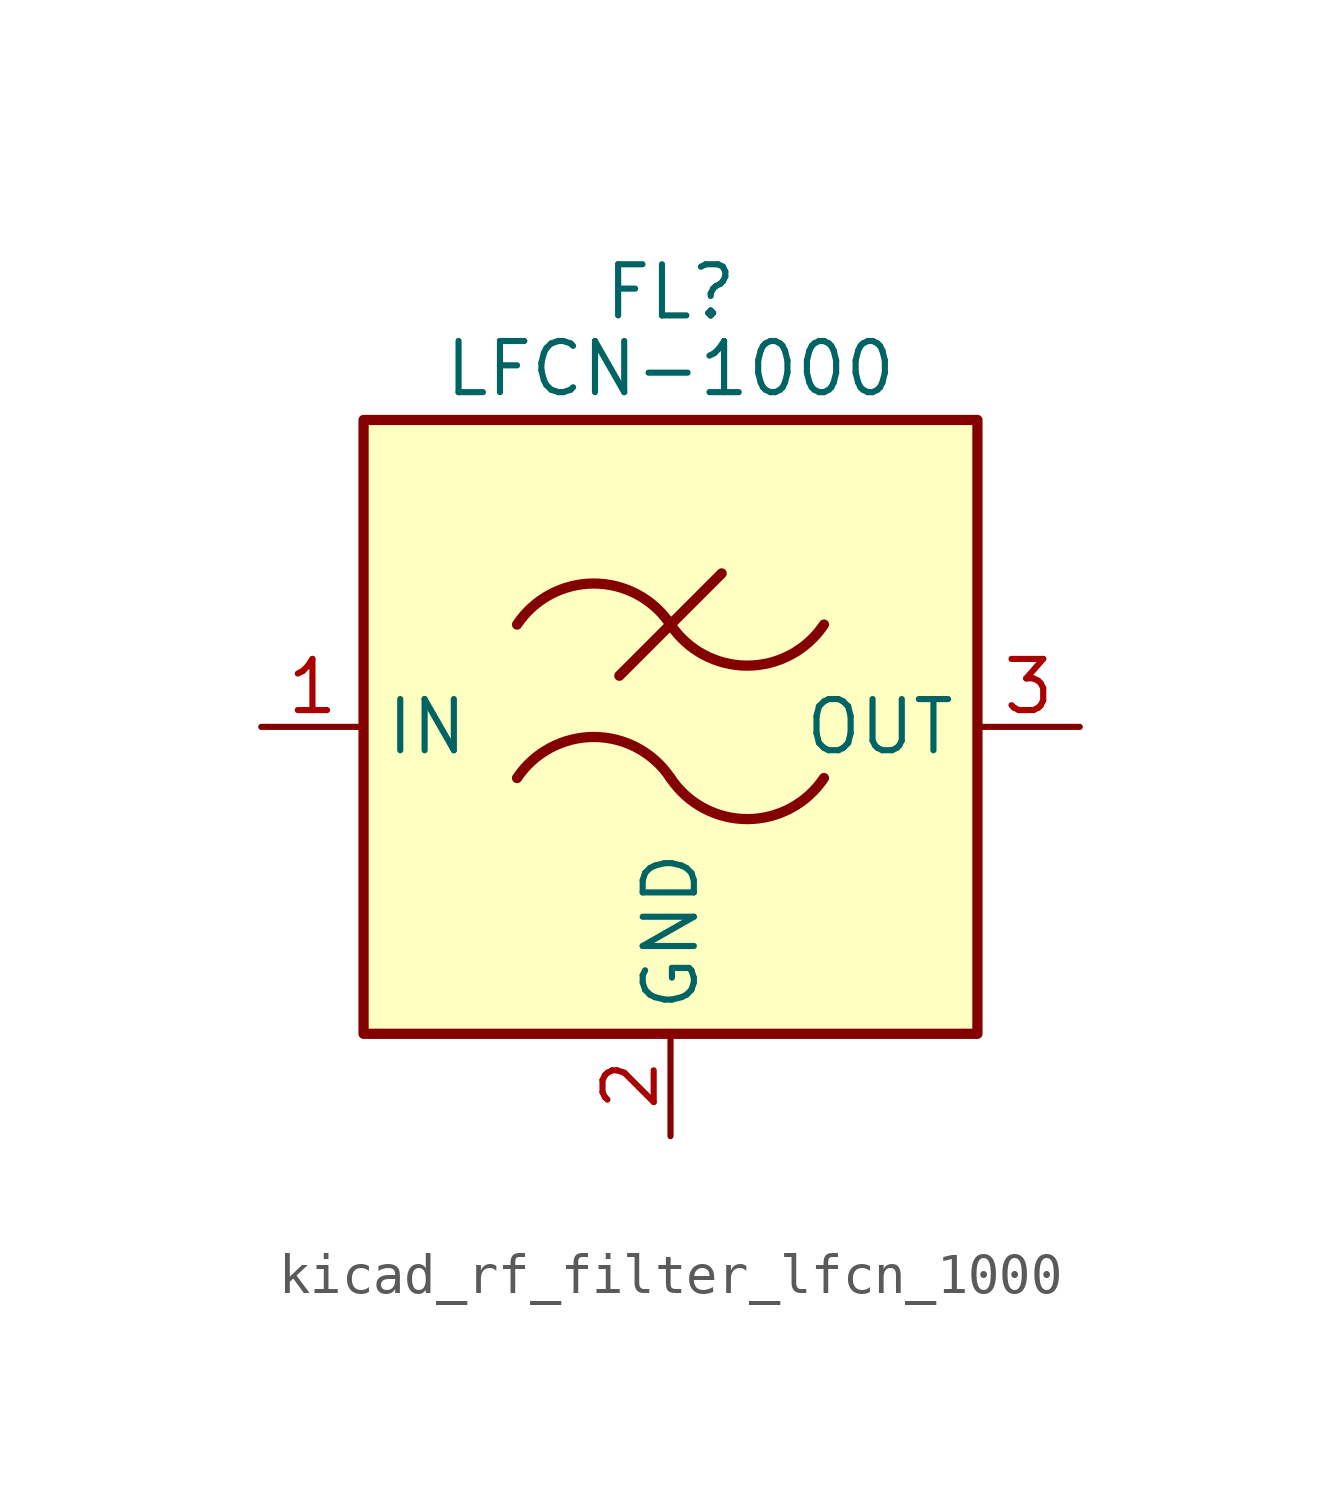
<source format=kicad_sym>
(kicad_symbol_lib
  (version 20220914)
  (generator kicad_symbol_editor)
  (symbol "kicad_rf_filter_lfcn_1000"
    (property "Reference" "FL"
      (at 0 10.795 0)
      (effects (font (size 1.27 1.27))))
    (property "Value" "LFCN-1000"
      (at 0 8.89 0)
      (effects (font (size 1.27 1.27))))
    (symbol "kicad_rf_filter_lfcn_1000_0_1"
      (rectangle (start -7.62 7.62) (end 7.62 -7.62) (stroke (width 0.254) (type default)) (fill (type background)))
      (arc (start 0 -1.27) (mid -1.905 -0.2505) (end -3.81 -1.27) (stroke (width 0.254) (type default)) (fill (type none)))
      (arc (start 0 -1.27) (mid 1.905 -2.2895) (end 3.81 -1.27) (stroke (width 0.254) (type default)) (fill (type none)))
      (polyline (pts (xy -1.27 1.27) (xy 1.27 3.81)) (stroke (width 0.254) (type default)) (fill (type none)))
      (arc (start 0 2.54) (mid -1.905 3.5595) (end -3.81 2.54) (stroke (width 0.254) (type default)) (fill (type none)))
      (arc (start 0 2.54) (mid 1.905 1.5205) (end 3.81 2.54) (stroke (width 0.254) (type default)) (fill (type none))))
    (symbol "kicad_rf_filter_lfcn_1000_1_1"
      (pin passive line (at -10.16 0 0) (length 2.54) (name "IN" (effects (font (size 1.27 1.27)))) (number "1" (effects (font (size 1.27 1.27)))))
      (pin passive line (at 0 -10.16 90) (length 2.54) (name "GND" (effects (font (size 1.27 1.27)))) (number "2" (effects (font (size 1.27 1.27)))))
      (pin passive line (at 10.16 0 180) (length 2.54) (name "OUT" (effects (font (size 1.27 1.27)))) (number "3" (effects (font (size 1.27 1.27)))))
      (pin passive line (at 0 -10.16 90) (length 2.54) hide (name "GND" (effects (font (size 1.27 1.27)))) (number "4" (effects (font (size 1.27 1.27))))))))
</source>
